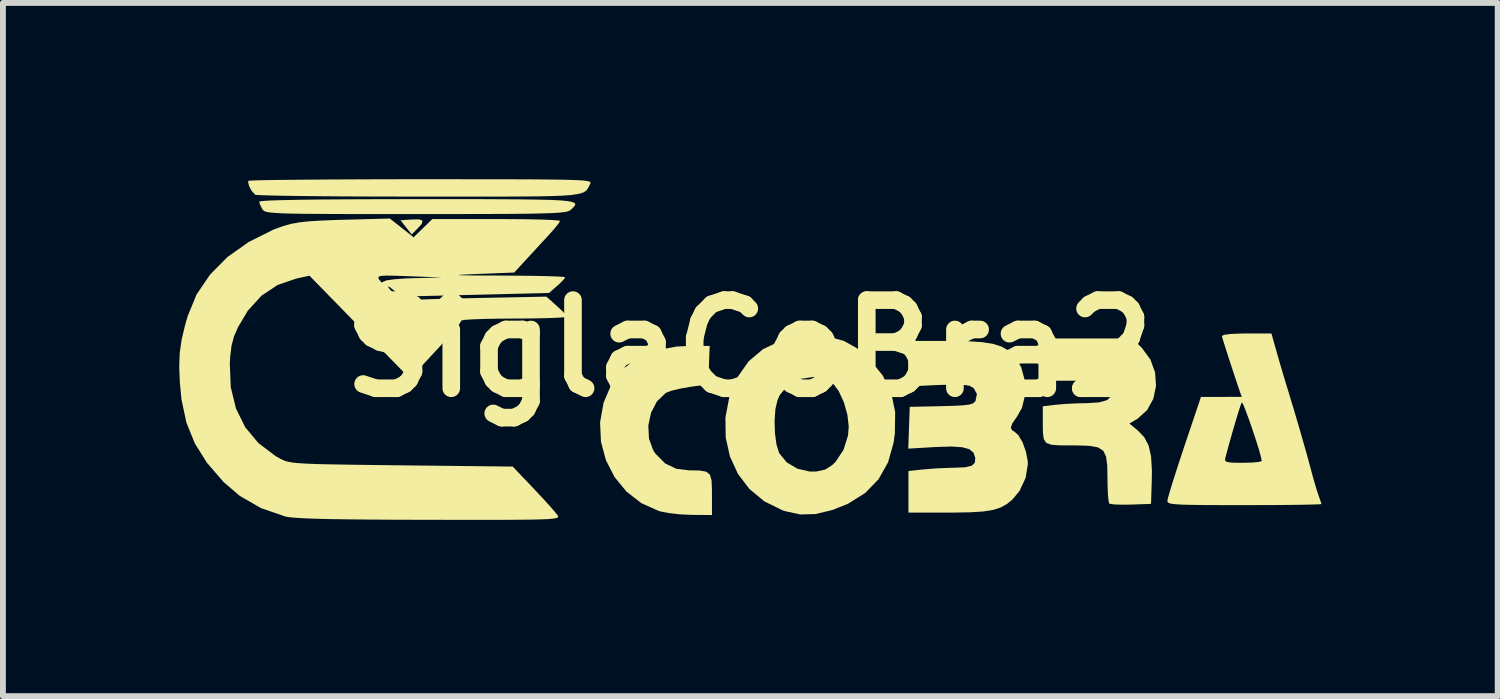
<source format=kicad_pcb>
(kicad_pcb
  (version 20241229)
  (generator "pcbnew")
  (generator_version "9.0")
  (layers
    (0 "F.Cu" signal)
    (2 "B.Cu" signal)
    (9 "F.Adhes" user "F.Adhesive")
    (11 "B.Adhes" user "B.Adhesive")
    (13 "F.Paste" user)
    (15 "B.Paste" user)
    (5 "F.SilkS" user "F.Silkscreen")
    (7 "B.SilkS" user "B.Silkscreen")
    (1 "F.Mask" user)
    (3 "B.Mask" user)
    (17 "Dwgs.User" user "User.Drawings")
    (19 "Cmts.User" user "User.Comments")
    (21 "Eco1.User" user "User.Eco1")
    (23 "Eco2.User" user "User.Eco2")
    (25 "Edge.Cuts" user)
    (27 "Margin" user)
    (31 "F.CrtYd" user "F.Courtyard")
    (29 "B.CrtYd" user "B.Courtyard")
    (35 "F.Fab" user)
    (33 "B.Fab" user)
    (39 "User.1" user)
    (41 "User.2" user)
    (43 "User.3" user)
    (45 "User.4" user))
  (footprint "SiglaCoBra2"
    (layer "F.Cu")
    (at 9.701 2.879)
    (property "Reference" "SiglaCoBra2" (at 0 0 0) (layer "F.SilkS") (effects (font (size 1.5 1.5) (thickness 0.3))))
    (attr board_only exclude_from_pos_files exclude_from_bom)
    (fp_poly (pts (xy -5.56 -2.175) (xy -5.572 -2.122) (xy -5.637 -2.048) (xy -5.745 -1.94) (xy -5.84 -2.06) (xy -5.935 -2.18) (xy -5.757 -2.193) (xy -5.62 -2.196)) (stroke (width 0) (type solid)) (fill yes) (layer "F.SilkS"))
    (fp_poly (pts (xy -0.686 0.284) (xy -0.699 0.611) (xy -1.016 0.656) (xy -1.183 0.686) (xy -1.326 0.721) (xy -1.416 0.755) (xy -1.421 0.758) (xy -1.572 0.903) (xy -1.672 1.096) (xy -1.718 1.314) (xy -1.707 1.535) (xy -1.634 1.735) (xy -1.595 1.793) (xy -1.431 1.958) (xy -1.242 2.049) (xy -1.029 2.075) (xy -0.847 2.078) (xy -0.732 2.098) (xy -0.669 2.149) (xy -0.641 2.249) (xy -0.635 2.412) (xy -0.635 2.481) (xy -0.635 2.836) (xy -0.984 2.833) (xy -1.18 2.824) (xy -1.373 2.802) (xy -1.525 2.772) (xy -1.537 2.768) (xy -1.836 2.634) (xy -2.09 2.437) (xy -2.293 2.189) (xy -2.44 1.901) (xy -2.524 1.586) (xy -2.539 1.257) (xy -2.479 0.924) (xy -2.479 0.924) (xy -2.345 0.609) (xy -2.154 0.355) (xy -1.905 0.164) (xy -1.598 0.035) (xy -1.234 -0.032) (xy -1.004 -0.042) (xy -0.674 -0.042)) (stroke (width 0) (type solid)) (fill yes) (layer "F.SilkS"))
    (fp_poly (pts (xy -5.095 -2.54) (xy -4.617 -2.54) (xy -4.213 -2.538) (xy -3.877 -2.536) (xy -3.604 -2.532) (xy -3.387 -2.527) (xy -3.221 -2.519) (xy -3.101 -2.508) (xy -3.022 -2.494) (xy -2.976 -2.477) (xy -2.96 -2.456) (xy -2.968 -2.431) (xy -2.993 -2.401) (xy -3.03 -2.366) (xy -3.041 -2.356) (xy -3.063 -2.341) (xy -3.098 -2.329) (xy -3.154 -2.319) (xy -3.235 -2.31) (xy -3.35 -2.303) (xy -3.503 -2.298) (xy -3.702 -2.293) (xy -3.952 -2.29) (xy -4.261 -2.288) (xy -4.635 -2.287) (xy -5.08 -2.286) (xy -5.602 -2.286) (xy -5.676 -2.286) (xy -6.205 -2.286) (xy -6.656 -2.286) (xy -7.035 -2.287) (xy -7.348 -2.289) (xy -7.603 -2.291) (xy -7.805 -2.294) (xy -7.961 -2.299) (xy -8.077 -2.306) (xy -8.159 -2.313) (xy -8.215 -2.323) (xy -8.25 -2.335) (xy -8.271 -2.35) (xy -8.285 -2.367) (xy -8.287 -2.37) (xy -8.329 -2.454) (xy -8.34 -2.497) (xy -8.297 -2.507) (xy -8.171 -2.516) (xy -7.959 -2.523) (xy -7.664 -2.529) (xy -7.285 -2.534) (xy -6.821 -2.537) (xy -6.274 -2.539) (xy -5.652 -2.54)) (stroke (width 0) (type solid)) (fill yes) (layer "F.SilkS"))
    (fp_poly (pts (xy -5.012 -2.879) (xy -4.524 -2.878) (xy -4.109 -2.878) (xy -3.761 -2.877) (xy -3.474 -2.875) (xy -3.244 -2.872) (xy -3.063 -2.868) (xy -2.926 -2.863) (xy -2.828 -2.857) (xy -2.762 -2.849) (xy -2.722 -2.84) (xy -2.704 -2.828) (xy -2.701 -2.815) (xy -2.707 -2.799) (xy -2.708 -2.797) (xy -2.729 -2.755) (xy -2.749 -2.718) (xy -2.774 -2.687) (xy -2.81 -2.661) (xy -2.863 -2.64) (xy -2.939 -2.623) (xy -3.044 -2.609) (xy -3.185 -2.599) (xy -3.369 -2.592) (xy -3.6 -2.587) (xy -3.886 -2.585) (xy -4.232 -2.583) (xy -4.645 -2.583) (xy -5.131 -2.583) (xy -5.623 -2.583) (xy -6.097 -2.584) (xy -6.547 -2.585) (xy -6.965 -2.587) (xy -7.344 -2.59) (xy -7.677 -2.594) (xy -7.956 -2.598) (xy -8.174 -2.603) (xy -8.325 -2.608) (xy -8.4 -2.613) (xy -8.407 -2.615) (xy -8.466 -2.677) (xy -8.512 -2.762) (xy -8.529 -2.833) (xy -8.522 -2.852) (xy -8.476 -2.856) (xy -8.352 -2.861) (xy -8.158 -2.865) (xy -7.9 -2.868) (xy -7.584 -2.871) (xy -7.219 -2.874) (xy -6.81 -2.876) (xy -6.366 -2.878) (xy -5.891 -2.879) (xy -5.579 -2.879)) (stroke (width 0) (type solid)) (fill yes) (layer "F.SilkS"))
    (fp_poly (pts (xy 6.682 -0.007) (xy 6.826 0.188) (xy 6.906 0.408) (xy 6.922 0.637) (xy 6.877 0.856) (xy 6.772 1.048) (xy 6.607 1.198) (xy 6.591 1.207) (xy 6.469 1.279) (xy 6.613 1.398) (xy 6.723 1.513) (xy 6.796 1.654) (xy 6.838 1.837) (xy 6.852 2.078) (xy 6.85 2.244) (xy 6.837 2.646) (xy 6.496 2.658) (xy 6.334 2.66) (xy 6.205 2.655) (xy 6.133 2.644) (xy 6.126 2.64) (xy 6.113 2.587) (xy 6.103 2.47) (xy 6.097 2.31) (xy 6.096 2.215) (xy 6.092 1.995) (xy 6.072 1.841) (xy 6.024 1.741) (xy 5.933 1.684) (xy 5.788 1.658) (xy 5.575 1.651) (xy 5.487 1.651) (xy 5.277 1.65) (xy 5.137 1.639) (xy 5.053 1.607) (xy 5.012 1.542) (xy 4.997 1.432) (xy 4.995 1.266) (xy 4.995 1.251) (xy 4.995 0.985) (xy 5.218 0.959) (xy 5.381 0.945) (xy 5.581 0.935) (xy 5.744 0.932) (xy 5.953 0.919) (xy 6.09 0.88) (xy 6.163 0.81) (xy 6.181 0.725) (xy 6.171 0.657) (xy 6.134 0.61) (xy 6.057 0.578) (xy 5.929 0.56) (xy 5.737 0.552) (xy 5.537 0.55) (xy 4.995 0.55) (xy 4.995 0.191) (xy 4.995 -0.169) (xy 5.757 -0.169) (xy 6.519 -0.169)) (stroke (width 0) (type solid)) (fill yes) (layer "F.SilkS"))
    (fp_poly (pts (xy 1.367 -0.193) (xy 1.609 -0.128) (xy 1.826 -0.007) (xy 2.042 0.18) (xy 2.053 0.192) (xy 2.272 0.462) (xy 2.415 0.756) (xy 2.483 1.081) (xy 2.478 1.444) (xy 2.457 1.601) (xy 2.362 1.939) (xy 2.201 2.225) (xy 1.974 2.46) (xy 1.678 2.645) (xy 1.415 2.75) (xy 1.127 2.819) (xy 0.868 2.826) (xy 0.61 2.77) (xy 0.562 2.754) (xy 0.255 2.602) (xy 0.002 2.392) (xy -0.194 2.134) (xy -0.329 1.839) (xy -0.401 1.517) (xy -0.405 1.231) (xy 0.431 1.231) (xy 0.437 1.442) (xy 0.463 1.635) (xy 0.507 1.777) (xy 0.511 1.785) (xy 0.638 1.94) (xy 0.819 2.047) (xy 1.029 2.096) (xy 1.143 2.095) (xy 1.295 2.061) (xy 1.415 1.983) (xy 1.468 1.931) (xy 1.604 1.727) (xy 1.68 1.484) (xy 1.693 1.333) (xy 1.67 1.127) (xy 1.609 0.914) (xy 1.523 0.728) (xy 1.44 0.616) (xy 1.348 0.537) (xy 1.256 0.499) (xy 1.125 0.487) (xy 1.086 0.487) (xy 0.849 0.522) (xy 0.658 0.626) (xy 0.52 0.793) (xy 0.481 0.879) (xy 0.445 1.033) (xy 0.431 1.231) (xy -0.405 1.231) (xy -0.406 1.178) (xy -0.34 0.832) (xy -0.199 0.49) (xy -0.197 0.485) (xy -0.009 0.218) (xy 0.234 0.013) (xy 0.529 -0.127) (xy 0.869 -0.201) (xy 1.074 -0.212)) (stroke (width 0) (type solid)) (fill yes) (layer "F.SilkS"))
    (fp_poly (pts (xy 3.704 -0.123) (xy 3.953 -0.107) (xy 4.145 -0.078) (xy 4.291 -0.032) (xy 4.406 0.033) (xy 4.503 0.122) (xy 4.512 0.132) (xy 4.629 0.323) (xy 4.69 0.55) (xy 4.695 0.788) (xy 4.641 1.012) (xy 4.559 1.157) (xy 4.476 1.277) (xy 4.45 1.352) (xy 4.477 1.397) (xy 4.507 1.412) (xy 4.58 1.477) (xy 4.651 1.599) (xy 4.707 1.753) (xy 4.738 1.912) (xy 4.741 1.968) (xy 4.703 2.203) (xy 4.6 2.425) (xy 4.48 2.57) (xy 4.384 2.649) (xy 4.278 2.708) (xy 4.15 2.749) (xy 3.985 2.775) (xy 3.769 2.789) (xy 3.486 2.794) (xy 3.388 2.794) (xy 2.709 2.794) (xy 2.709 2.44) (xy 2.709 2.086) (xy 2.97 2.059) (xy 3.168 2.043) (xy 3.385 2.033) (xy 3.488 2.031) (xy 3.673 2.023) (xy 3.785 1.997) (xy 3.839 1.946) (xy 3.846 1.865) (xy 3.845 1.859) (xy 3.815 1.773) (xy 3.744 1.715) (xy 3.623 1.682) (xy 3.442 1.67) (xy 3.188 1.678) (xy 3.163 1.679) (xy 2.706 1.706) (xy 2.718 1.351) (xy 2.731 0.995) (xy 3.269 0.983) (xy 3.495 0.977) (xy 3.65 0.968) (xy 3.75 0.955) (xy 3.809 0.935) (xy 3.842 0.906) (xy 3.851 0.891) (xy 3.874 0.775) (xy 3.82 0.678) (xy 3.75 0.636) (xy 3.672 0.624) (xy 3.531 0.618) (xy 3.349 0.619) (xy 3.184 0.624) (xy 2.709 0.647) (xy 2.709 0.26) (xy 2.709 -0.127) (xy 3.383 -0.127)) (stroke (width 0) (type solid)) (fill yes) (layer "F.SilkS"))
    (fp_poly (pts (xy 8.973 0.053) (xy 9.03 0.253) (xy 9.099 0.485) (xy 9.163 0.697) (xy 9.164 0.699) (xy 9.273 1.059) (xy 9.381 1.427) (xy 9.48 1.773) (xy 9.561 2.07) (xy 9.567 2.095) (xy 9.613 2.262) (xy 9.658 2.412) (xy 9.691 2.511) (xy 9.723 2.601) (xy 9.737 2.649) (xy 9.696 2.653) (xy 9.581 2.657) (xy 9.401 2.661) (xy 9.168 2.664) (xy 8.89 2.666) (xy 8.579 2.667) (xy 8.424 2.667) (xy 8.056 2.667) (xy 7.763 2.666) (xy 7.538 2.663) (xy 7.372 2.659) (xy 7.255 2.652) (xy 7.18 2.643) (xy 7.137 2.63) (xy 7.119 2.613) (xy 7.115 2.593) (xy 7.129 2.532) (xy 7.166 2.404) (xy 7.223 2.222) (xy 7.294 1.999) (xy 7.323 1.911) (xy 8.098 1.911) (xy 8.131 1.933) (xy 8.212 1.944) (xy 8.359 1.947) (xy 8.4 1.947) (xy 8.553 1.943) (xy 8.666 1.933) (xy 8.719 1.919) (xy 8.721 1.916) (xy 8.708 1.849) (xy 8.676 1.73) (xy 8.628 1.577) (xy 8.572 1.407) (xy 8.514 1.239) (xy 8.46 1.09) (xy 8.416 0.978) (xy 8.388 0.922) (xy 8.382 0.92) (xy 8.361 0.97) (xy 8.323 1.086) (xy 8.274 1.249) (xy 8.218 1.441) (xy 8.16 1.646) (xy 8.106 1.847) (xy 8.099 1.873) (xy 8.098 1.911) (xy 7.323 1.911) (xy 7.377 1.748) (xy 7.402 1.672) (xy 7.687 0.826) (xy 8.034 0.826) (xy 8.194 0.825) (xy 8.315 0.825) (xy 8.378 0.825) (xy 8.382 0.825) (xy 8.365 0.781) (xy 8.328 0.674) (xy 8.278 0.525) (xy 8.221 0.352) (xy 8.163 0.174) (xy 8.11 0.01) (xy 8.069 -0.12) (xy 8.046 -0.198) (xy 8.043 -0.212) (xy 8.084 -0.231) (xy 8.196 -0.246) (xy 8.368 -0.253) (xy 8.465 -0.254) (xy 8.886 -0.254)) (stroke (width 0) (type solid)) (fill yes) (layer "F.SilkS"))
    (fp_poly (pts (xy -5.914 -2.051) (xy -5.712 -1.891) (xy -5.553 -2.046) (xy -5.394 -2.201) (xy -4.306 -2.201) (xy -4.012 -2.2) (xy -3.749 -2.197) (xy -3.527 -2.192) (xy -3.357 -2.185) (xy -3.251 -2.177) (xy -3.219 -2.17) (xy -3.246 -2.125) (xy -3.316 -2.037) (xy -3.415 -1.926) (xy -3.415 -1.926) (xy -3.557 -1.772) (xy -3.713 -1.603) (xy -3.805 -1.503) (xy -4 -1.291) (xy -4.614 -1.267) (xy -4.789 -1.259) (xy -4.902 -1.254) (xy -4.948 -1.249) (xy -4.926 -1.246) (xy -4.831 -1.243) (xy -4.66 -1.241) (xy -4.41 -1.24) (xy -4.18 -1.239) (xy -3.893 -1.237) (xy -3.635 -1.234) (xy -3.419 -1.229) (xy -3.256 -1.223) (xy -3.157 -1.216) (xy -3.132 -1.21) (xy -3.161 -1.169) (xy -3.233 -1.096) (xy -3.27 -1.063) (xy -3.408 -0.943) (xy -4.671 -0.912) (xy -5.935 -0.882) (xy -6.036 -0.977) (xy -6.108 -1.037) (xy -6.149 -1.056) (xy -6.15 -1.055) (xy -6.128 -1.019) (xy -6.059 -0.939) (xy -5.956 -0.829) (xy -5.911 -0.783) (xy -5.808 -0.684) (xy -5.747 -0.633) (xy -5.735 -0.637) (xy -5.75 -0.663) (xy -5.809 -0.753) (xy -5.841 -0.809) (xy -5.842 -0.815) (xy -5.801 -0.821) (xy -5.687 -0.827) (xy -5.509 -0.835) (xy -5.279 -0.842) (xy -5.006 -0.85) (xy -4.702 -0.856) (xy -4.647 -0.858) (xy -3.452 -0.881) (xy -3.282 -0.729) (xy -3.184 -0.638) (xy -3.116 -0.567) (xy -3.097 -0.542) (xy -3.133 -0.532) (xy -3.242 -0.523) (xy -3.412 -0.516) (xy -3.63 -0.511) (xy -3.885 -0.508) (xy -3.997 -0.508) (xy -4.264 -0.506) (xy -4.499 -0.502) (xy -4.691 -0.495) (xy -4.827 -0.487) (xy -4.895 -0.477) (xy -4.9 -0.472) (xy -4.924 -0.43) (xy -4.996 -0.339) (xy -5.107 -0.209) (xy -5.248 -0.052) (xy -5.332 0.039) (xy -5.774 0.514) (xy -6.629 -0.361) (xy -7.451 -1.203) (xy -6.313 -1.203) (xy -6.3 -1.171) (xy -6.299 -1.169) (xy -6.254 -1.12) (xy -6.227 -1.136) (xy -6.173 -1.158) (xy -6.045 -1.176) (xy -5.856 -1.19) (xy -5.713 -1.195) (xy -5.228 -1.207) (xy -5.785 -1.228) (xy -6.01 -1.236) (xy -6.163 -1.239) (xy -6.257 -1.235) (xy -6.302 -1.223) (xy -6.313 -1.203) (xy -7.451 -1.203) (xy -7.484 -1.237) (xy -7.71 -1.188) (xy -8.027 -1.079) (xy -8.302 -0.896) (xy -8.534 -0.641) (xy -8.701 -0.36) (xy -8.769 -0.204) (xy -8.81 -0.05) (xy -8.833 0.135) (xy -8.84 0.255) (xy -8.824 0.658) (xy -8.736 1.021) (xy -8.578 1.341) (xy -8.353 1.612) (xy -8.062 1.832) (xy -7.989 1.873) (xy -7.945 1.896) (xy -7.899 1.915) (xy -7.844 1.93) (xy -7.771 1.943) (xy -7.674 1.953) (xy -7.542 1.961) (xy -7.369 1.968) (xy -7.147 1.973) (xy -6.867 1.978) (xy -6.522 1.983) (xy -6.103 1.988) (xy -5.918 1.99) (xy -4.026 2.011) (xy -3.663 2.392) (xy -3.52 2.545) (xy -3.395 2.681) (xy -3.304 2.787) (xy -3.258 2.846) (xy -3.257 2.847) (xy -3.251 2.863) (xy -3.259 2.877) (xy -3.286 2.888) (xy -3.339 2.897) (xy -3.425 2.905) (xy -3.551 2.91) (xy -3.722 2.914) (xy -3.946 2.916) (xy -4.229 2.918) (xy -4.578 2.918) (xy -4.998 2.918) (xy -5.449 2.917) (xy -5.996 2.916) (xy -6.463 2.913) (xy -6.856 2.909) (xy -7.179 2.904) (xy -7.437 2.897) (xy -7.635 2.888) (xy -7.779 2.878) (xy -7.873 2.866) (xy -7.895 2.861) (xy -8.309 2.718) (xy -8.672 2.509) (xy -8.946 2.274) (xy -9.228 1.948) (xy -9.436 1.616) (xy -9.579 1.262) (xy -9.663 0.866) (xy -9.691 0.572) (xy -9.701 0.301) (xy -9.692 0.074) (xy -9.661 -0.145) (xy -9.603 -0.389) (xy -9.557 -0.55) (xy -9.405 -0.919) (xy -9.177 -1.255) (xy -8.88 -1.555) (xy -8.519 -1.811) (xy -8.1 -2.02) (xy -8.065 -2.034) (xy -7.931 -2.082) (xy -7.8 -2.119) (xy -7.655 -2.145) (xy -7.478 -2.164) (xy -7.254 -2.177) (xy -6.965 -2.188) (xy -6.9 -2.189) (xy -6.117 -2.21)) (stroke (width 0) (type solid)) (fill yes) (layer "F.SilkS")))
  (gr_rect
    (start -3 -3)
    (end 22.438 8.797)
    (stroke (width 0.1) (type default))
    (fill no)
    (layer "Edge.Cuts")))
</source>
